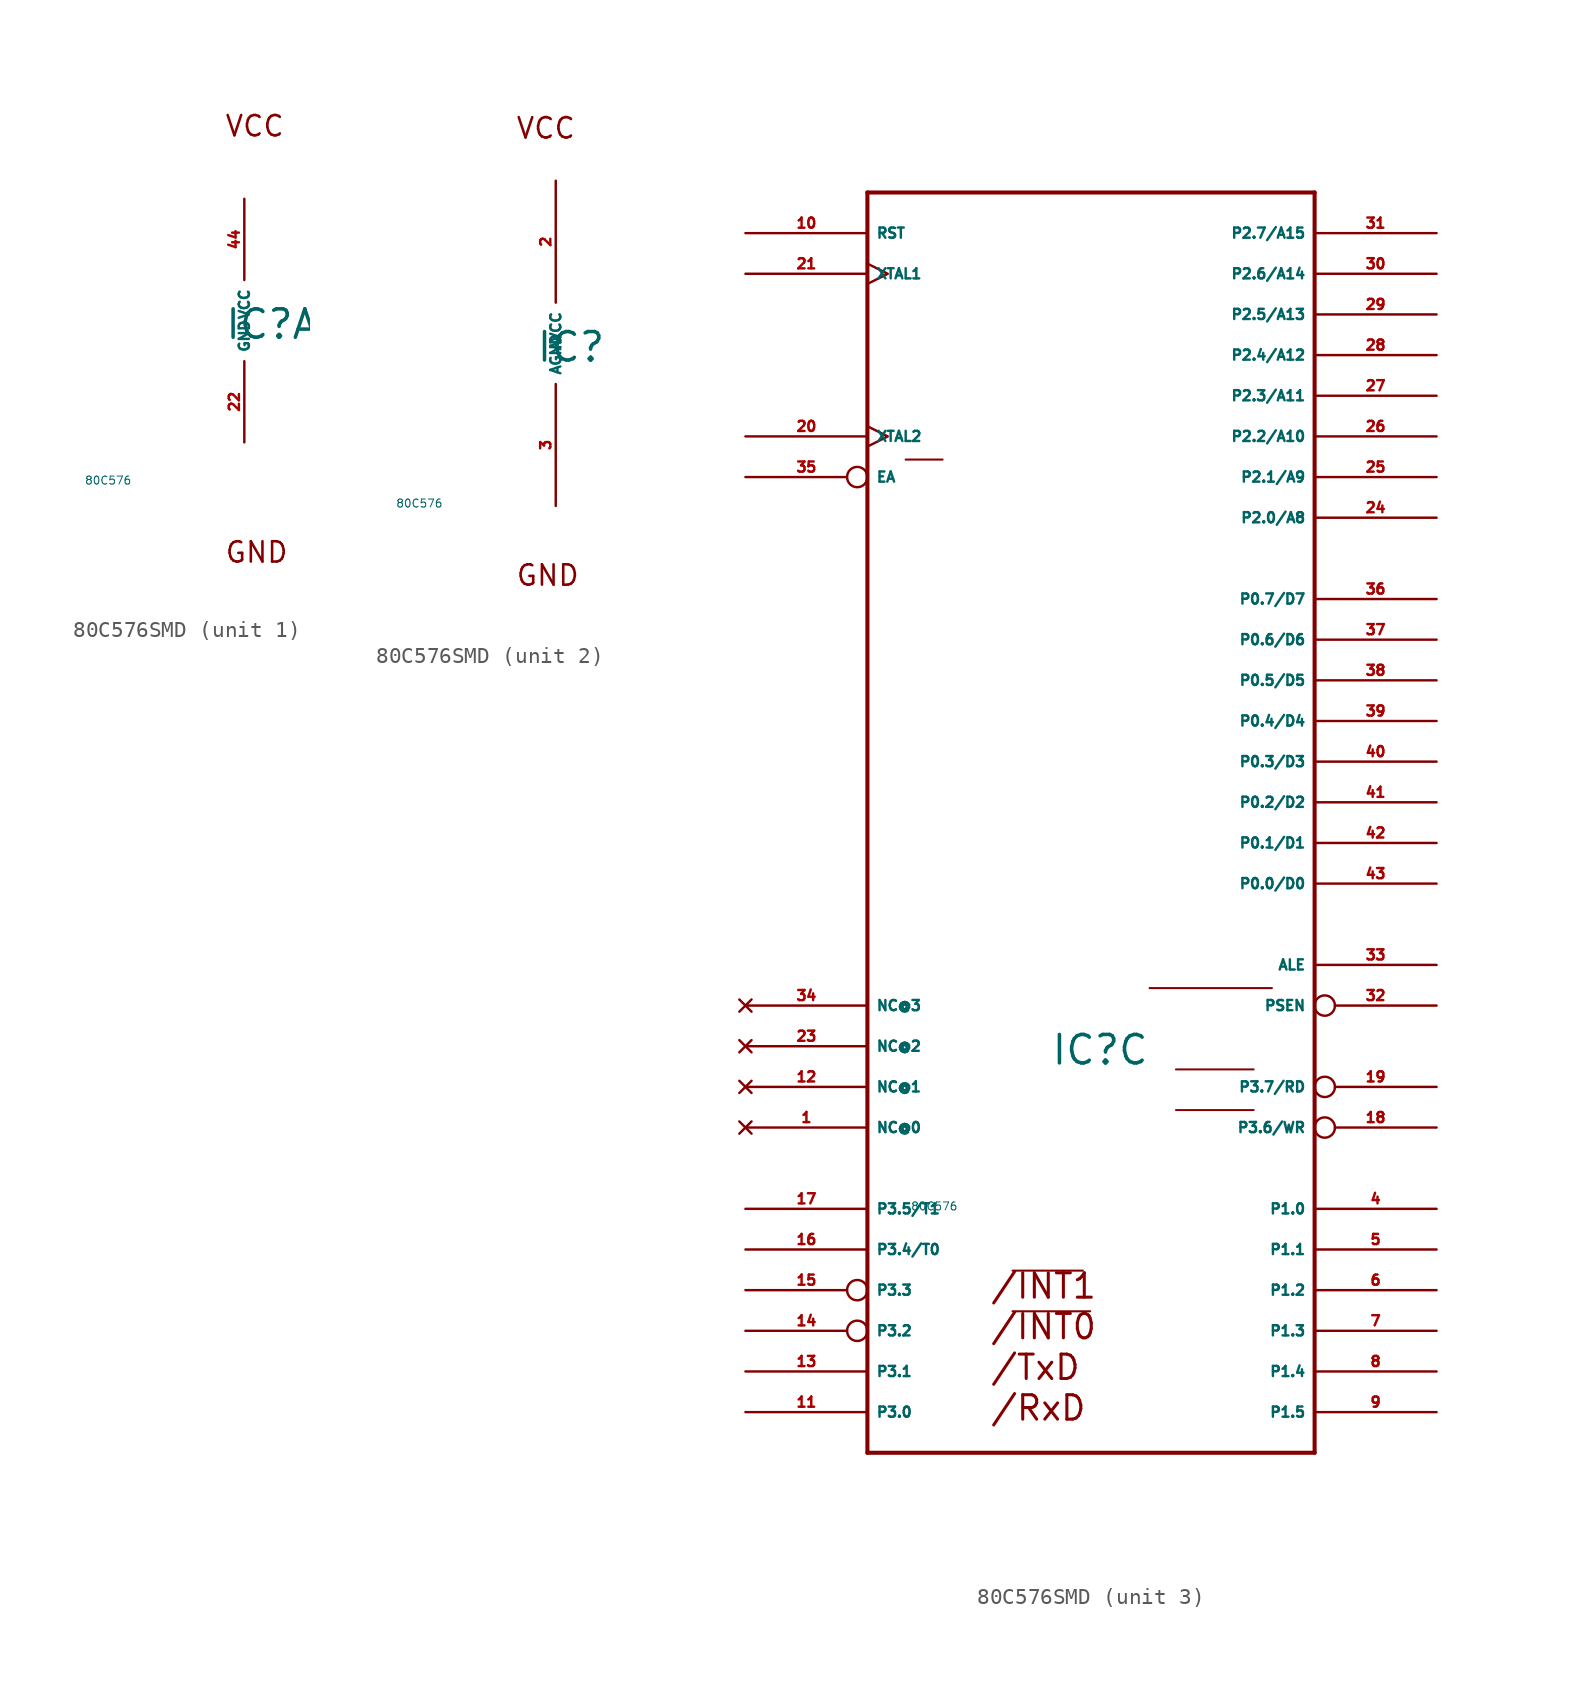
<source format=kicad_sym>
(kicad_symbol_lib
  (version 20220914)
  (generator Eagle2Kicad)
  (symbol "80C576SMD"
    (property "Reference" "IC"
      (at -1.27 -1.27 0)
      (effects (font (size 1.778 1.778) (thickness 0.22)) (justify left bottom)))
    (property "Value" "80C576"
      (at -10 -10 0)
      (effects (font (size 0.5 0.5) (thickness 0.06)) (justify left)))
    (symbol "80C576SMD_1_0"
      (text "VCC" (at -1.27 11.43 0) (effects (font (size 1.27 1.27) (thickness 0.16)) (justify left bottom)))
      (text "GND" (at -1.27 -15.24 0) (effects (font (size 1.27 1.27) (thickness 0.16)) (justify left bottom)))
      (pin unspecified line (at 0 7.62 270) (length 5.08) (name "VCC" (effects (font (size 0.635 0.635) (thickness 0.08)) (justify left bottom))) (number "44" (effects (font (size 0.635 0.635) (thickness 0.08)) (justify left bottom))))
      (pin unspecified line (at 0 -7.62 90) (length 5.08) (name "GND" (effects (font (size 0.635 0.635) (thickness 0.08)) (justify left bottom))) (number "22" (effects (font (size 0.635 0.635) (thickness 0.08)) (justify left bottom)))))
    (symbol "80C576SMD_2_0"
      (text "VCC" (at -2.54 12.7 0) (effects (font (size 1.27 1.27) (thickness 0.16)) (justify left bottom)))
      (text "GND" (at -2.54 -15.24 0) (effects (font (size 1.27 1.27) (thickness 0.16)) (justify left bottom)))
      (pin unspecified line (at 0 10.16 270) (length 7.62) (name "AVCC" (effects (font (size 0.635 0.635) (thickness 0.08)) (justify left bottom))) (number "2" (effects (font (size 0.635 0.635) (thickness 0.08)) (justify left bottom))))
      (pin unspecified line (at 0 -10.16 90) (length 7.62) (name "AGND" (effects (font (size 0.635 0.635) (thickness 0.08)) (justify left bottom))) (number "3" (effects (font (size 0.635 0.635) (thickness 0.08)) (justify left bottom)))))
    (symbol "80C576SMD_3_0"
      (polyline (pts (xy -3.632 -14.021) (xy 0.762 -14.021)) (stroke (width 0.127) (type default)) (fill (type none)))
      (polyline (pts (xy -3.632 -16.561) (xy 1.219 -16.561)) (stroke (width 0.127) (type default)) (fill (type none)))
      (polyline (pts (xy 6.579 -1.448) (xy 11.43 -1.448)) (stroke (width 0.127) (type default)) (fill (type none)))
      (polyline (pts (xy 6.579 -3.988) (xy 11.43 -3.988)) (stroke (width 0.127) (type default)) (fill (type none)))
      (polyline (pts (xy 4.928 3.632) (xy 12.573 3.632)) (stroke (width 0.127) (type default)) (fill (type none)))
      (polyline (pts (xy -10.312 36.652) (xy -8.001 36.652)) (stroke (width 0.127) (type default)) (fill (type none)))
      (polyline (pts (xy -12.7 -25.4) (xy 15.24 -25.4)) (stroke (width 0.254) (type default)) (fill (type none)))
      (polyline (pts (xy 15.24 -25.4) (xy 15.24 53.34)) (stroke (width 0.254) (type default)) (fill (type none)))
      (polyline (pts (xy 15.24 53.34) (xy -12.7 53.34)) (stroke (width 0.254) (type default)) (fill (type none)))
      (polyline (pts (xy -12.7 53.34) (xy -12.7 -25.4)) (stroke (width 0.254) (type default)) (fill (type none)))
      (text "/INT1" (at -5.08 -15.875 0) (effects (font (size 1.524 1.524) (thickness 0.19)) (justify left bottom)))
      (text "/INT0" (at -5.08 -18.415 0) (effects (font (size 1.524 1.524) (thickness 0.19)) (justify left bottom)))
      (text "/RxD" (at -5.08 -23.495 0) (effects (font (size 1.524 1.524) (thickness 0.19)) (justify left bottom)))
      (text "/TxD" (at -5.08 -20.955 0) (effects (font (size 1.524 1.524) (thickness 0.19)) (justify left bottom)))
      (pin input inverted (at -20.32 35.56 0) (length 7.62) (name "EA" (effects (font (size 0.635 0.635) (thickness 0.08)) (justify left bottom))) (number "35" (effects (font (size 0.635 0.635) (thickness 0.08)) (justify left bottom))))
      (pin bidirectional line (at 22.86 10.16 180) (length 7.62) (name "P0.0/D0" (effects (font (size 0.635 0.635) (thickness 0.08)) (justify left bottom))) (number "43" (effects (font (size 0.635 0.635) (thickness 0.08)) (justify left bottom))))
      (pin bidirectional line (at 22.86 12.7 180) (length 7.62) (name "P0.1/D1" (effects (font (size 0.635 0.635) (thickness 0.08)) (justify left bottom))) (number "42" (effects (font (size 0.635 0.635) (thickness 0.08)) (justify left bottom))))
      (pin bidirectional line (at 22.86 15.24 180) (length 7.62) (name "P0.2/D2" (effects (font (size 0.635 0.635) (thickness 0.08)) (justify left bottom))) (number "41" (effects (font (size 0.635 0.635) (thickness 0.08)) (justify left bottom))))
      (pin bidirectional line (at 22.86 17.78 180) (length 7.62) (name "P0.3/D3" (effects (font (size 0.635 0.635) (thickness 0.08)) (justify left bottom))) (number "40" (effects (font (size 0.635 0.635) (thickness 0.08)) (justify left bottom))))
      (pin bidirectional line (at 22.86 20.32 180) (length 7.62) (name "P0.4/D4" (effects (font (size 0.635 0.635) (thickness 0.08)) (justify left bottom))) (number "39" (effects (font (size 0.635 0.635) (thickness 0.08)) (justify left bottom))))
      (pin bidirectional line (at 22.86 22.86 180) (length 7.62) (name "P0.5/D5" (effects (font (size 0.635 0.635) (thickness 0.08)) (justify left bottom))) (number "38" (effects (font (size 0.635 0.635) (thickness 0.08)) (justify left bottom))))
      (pin bidirectional line (at 22.86 25.4 180) (length 7.62) (name "P0.6/D6" (effects (font (size 0.635 0.635) (thickness 0.08)) (justify left bottom))) (number "37" (effects (font (size 0.635 0.635) (thickness 0.08)) (justify left bottom))))
      (pin bidirectional line (at 22.86 27.94 180) (length 7.62) (name "P0.7/D7" (effects (font (size 0.635 0.635) (thickness 0.08)) (justify left bottom))) (number "36" (effects (font (size 0.635 0.635) (thickness 0.08)) (justify left bottom))))
      (pin input clock (at -20.32 48.26 0) (length 7.62) (name "XTAL1" (effects (font (size 0.635 0.635) (thickness 0.08)) (justify left bottom))) (number "21" (effects (font (size 0.635 0.635) (thickness 0.08)) (justify left bottom))))
      (pin input clock (at -20.32 38.1 0) (length 7.62) (name "XTAL2" (effects (font (size 0.635 0.635) (thickness 0.08)) (justify left bottom))) (number "20" (effects (font (size 0.635 0.635) (thickness 0.08)) (justify left bottom))))
      (pin input line (at -20.32 50.8 0) (length 7.62) (name "RST" (effects (font (size 0.635 0.635) (thickness 0.08)) (justify left bottom))) (number "10" (effects (font (size 0.635 0.635) (thickness 0.08)) (justify left bottom))))
      (pin output line (at 22.86 5.08 180) (length 7.62) (name "ALE" (effects (font (size 0.635 0.635) (thickness 0.08)) (justify left bottom))) (number "33" (effects (font (size 0.635 0.635) (thickness 0.08)) (justify left bottom))))
      (pin output inverted (at 22.86 2.54 180) (length 7.62) (name "PSEN" (effects (font (size 0.635 0.635) (thickness 0.08)) (justify left bottom))) (number "32" (effects (font (size 0.635 0.635) (thickness 0.08)) (justify left bottom))))
      (pin bidirectional line (at 22.86 33.02 180) (length 7.62) (name "P2.0/A8" (effects (font (size 0.635 0.635) (thickness 0.08)) (justify left bottom))) (number "24" (effects (font (size 0.635 0.635) (thickness 0.08)) (justify left bottom))))
      (pin bidirectional line (at 22.86 35.56 180) (length 7.62) (name "P2.1/A9" (effects (font (size 0.635 0.635) (thickness 0.08)) (justify left bottom))) (number "25" (effects (font (size 0.635 0.635) (thickness 0.08)) (justify left bottom))))
      (pin bidirectional line (at 22.86 38.1 180) (length 7.62) (name "P2.2/A10" (effects (font (size 0.635 0.635) (thickness 0.08)) (justify left bottom))) (number "26" (effects (font (size 0.635 0.635) (thickness 0.08)) (justify left bottom))))
      (pin bidirectional line (at 22.86 40.64 180) (length 7.62) (name "P2.3/A11" (effects (font (size 0.635 0.635) (thickness 0.08)) (justify left bottom))) (number "27" (effects (font (size 0.635 0.635) (thickness 0.08)) (justify left bottom))))
      (pin bidirectional line (at 22.86 43.18 180) (length 7.62) (name "P2.4/A12" (effects (font (size 0.635 0.635) (thickness 0.08)) (justify left bottom))) (number "28" (effects (font (size 0.635 0.635) (thickness 0.08)) (justify left bottom))))
      (pin bidirectional line (at 22.86 45.72 180) (length 7.62) (name "P2.5/A13" (effects (font (size 0.635 0.635) (thickness 0.08)) (justify left bottom))) (number "29" (effects (font (size 0.635 0.635) (thickness 0.08)) (justify left bottom))))
      (pin bidirectional line (at 22.86 48.26 180) (length 7.62) (name "P2.6/A14" (effects (font (size 0.635 0.635) (thickness 0.08)) (justify left bottom))) (number "30" (effects (font (size 0.635 0.635) (thickness 0.08)) (justify left bottom))))
      (pin bidirectional line (at 22.86 50.8 180) (length 7.62) (name "P2.7/A15" (effects (font (size 0.635 0.635) (thickness 0.08)) (justify left bottom))) (number "31" (effects (font (size 0.635 0.635) (thickness 0.08)) (justify left bottom))))
      (pin bidirectional line (at 22.86 -10.16 180) (length 7.62) (name "P1.0" (effects (font (size 0.635 0.635) (thickness 0.08)) (justify left bottom))) (number "4" (effects (font (size 0.635 0.635) (thickness 0.08)) (justify left bottom))))
      (pin bidirectional line (at 22.86 -12.7 180) (length 7.62) (name "P1.1" (effects (font (size 0.635 0.635) (thickness 0.08)) (justify left bottom))) (number "5" (effects (font (size 0.635 0.635) (thickness 0.08)) (justify left bottom))))
      (pin bidirectional line (at 22.86 -15.24 180) (length 7.62) (name "P1.2" (effects (font (size 0.635 0.635) (thickness 0.08)) (justify left bottom))) (number "6" (effects (font (size 0.635 0.635) (thickness 0.08)) (justify left bottom))))
      (pin bidirectional line (at 22.86 -17.78 180) (length 7.62) (name "P1.3" (effects (font (size 0.635 0.635) (thickness 0.08)) (justify left bottom))) (number "7" (effects (font (size 0.635 0.635) (thickness 0.08)) (justify left bottom))))
      (pin bidirectional line (at 22.86 -20.32 180) (length 7.62) (name "P1.4" (effects (font (size 0.635 0.635) (thickness 0.08)) (justify left bottom))) (number "8" (effects (font (size 0.635 0.635) (thickness 0.08)) (justify left bottom))))
      (pin bidirectional line (at 22.86 -22.86 180) (length 7.62) (name "P1.5" (effects (font (size 0.635 0.635) (thickness 0.08)) (justify left bottom))) (number "9" (effects (font (size 0.635 0.635) (thickness 0.08)) (justify left bottom))))
      (pin bidirectional line (at -20.32 -22.86 0) (length 7.62) (name "P3.0" (effects (font (size 0.635 0.635) (thickness 0.08)) (justify left bottom))) (number "11" (effects (font (size 0.635 0.635) (thickness 0.08)) (justify left bottom))))
      (pin bidirectional line (at -20.32 -20.32 0) (length 7.62) (name "P3.1" (effects (font (size 0.635 0.635) (thickness 0.08)) (justify left bottom))) (number "13" (effects (font (size 0.635 0.635) (thickness 0.08)) (justify left bottom))))
      (pin bidirectional inverted (at -20.32 -17.78 0) (length 7.62) (name "P3.2" (effects (font (size 0.635 0.635) (thickness 0.08)) (justify left bottom))) (number "14" (effects (font (size 0.635 0.635) (thickness 0.08)) (justify left bottom))))
      (pin bidirectional inverted (at -20.32 -15.24 0) (length 7.62) (name "P3.3" (effects (font (size 0.635 0.635) (thickness 0.08)) (justify left bottom))) (number "15" (effects (font (size 0.635 0.635) (thickness 0.08)) (justify left bottom))))
      (pin bidirectional line (at -20.32 -12.7 0) (length 7.62) (name "P3.4/T0" (effects (font (size 0.635 0.635) (thickness 0.08)) (justify left bottom))) (number "16" (effects (font (size 0.635 0.635) (thickness 0.08)) (justify left bottom))))
      (pin bidirectional line (at -20.32 -10.16 0) (length 7.62) (name "P3.5/T1" (effects (font (size 0.635 0.635) (thickness 0.08)) (justify left bottom))) (number "17" (effects (font (size 0.635 0.635) (thickness 0.08)) (justify left bottom))))
      (pin bidirectional inverted (at 22.86 -5.08 180) (length 7.62) (name "P3.6/WR" (effects (font (size 0.635 0.635) (thickness 0.08)) (justify left bottom))) (number "18" (effects (font (size 0.635 0.635) (thickness 0.08)) (justify left bottom))))
      (pin bidirectional inverted (at 22.86 -2.54 180) (length 7.62) (name "P3.7/RD" (effects (font (size 0.635 0.635) (thickness 0.08)) (justify left bottom))) (number "19" (effects (font (size 0.635 0.635) (thickness 0.08)) (justify left bottom))))
      (pin no_connect line (at -20.32 -5.08 0) (length 7.62) (name "NC@0" (effects (font (size 0.635 0.635) (thickness 0.08)) (justify left bottom) hide)) (number "1" (effects (font (size 0.635 0.635) (thickness 0.08)) (justify left bottom) hide)))
      (pin no_connect line (at -20.32 -2.54 0) (length 7.62) (name "NC@1" (effects (font (size 0.635 0.635) (thickness 0.08)) (justify left bottom) hide)) (number "12" (effects (font (size 0.635 0.635) (thickness 0.08)) (justify left bottom) hide)))
      (pin no_connect line (at -20.32 0 0) (length 7.62) (name "NC@2" (effects (font (size 0.635 0.635) (thickness 0.08)) (justify left bottom) hide)) (number "23" (effects (font (size 0.635 0.635) (thickness 0.08)) (justify left bottom) hide)))
      (pin no_connect line (at -20.32 2.54 0) (length 7.62) (name "NC@3" (effects (font (size 0.635 0.635) (thickness 0.08)) (justify left bottom) hide)) (number "34" (effects (font (size 0.635 0.635) (thickness 0.08)) (justify left bottom) hide))))))
</source>
